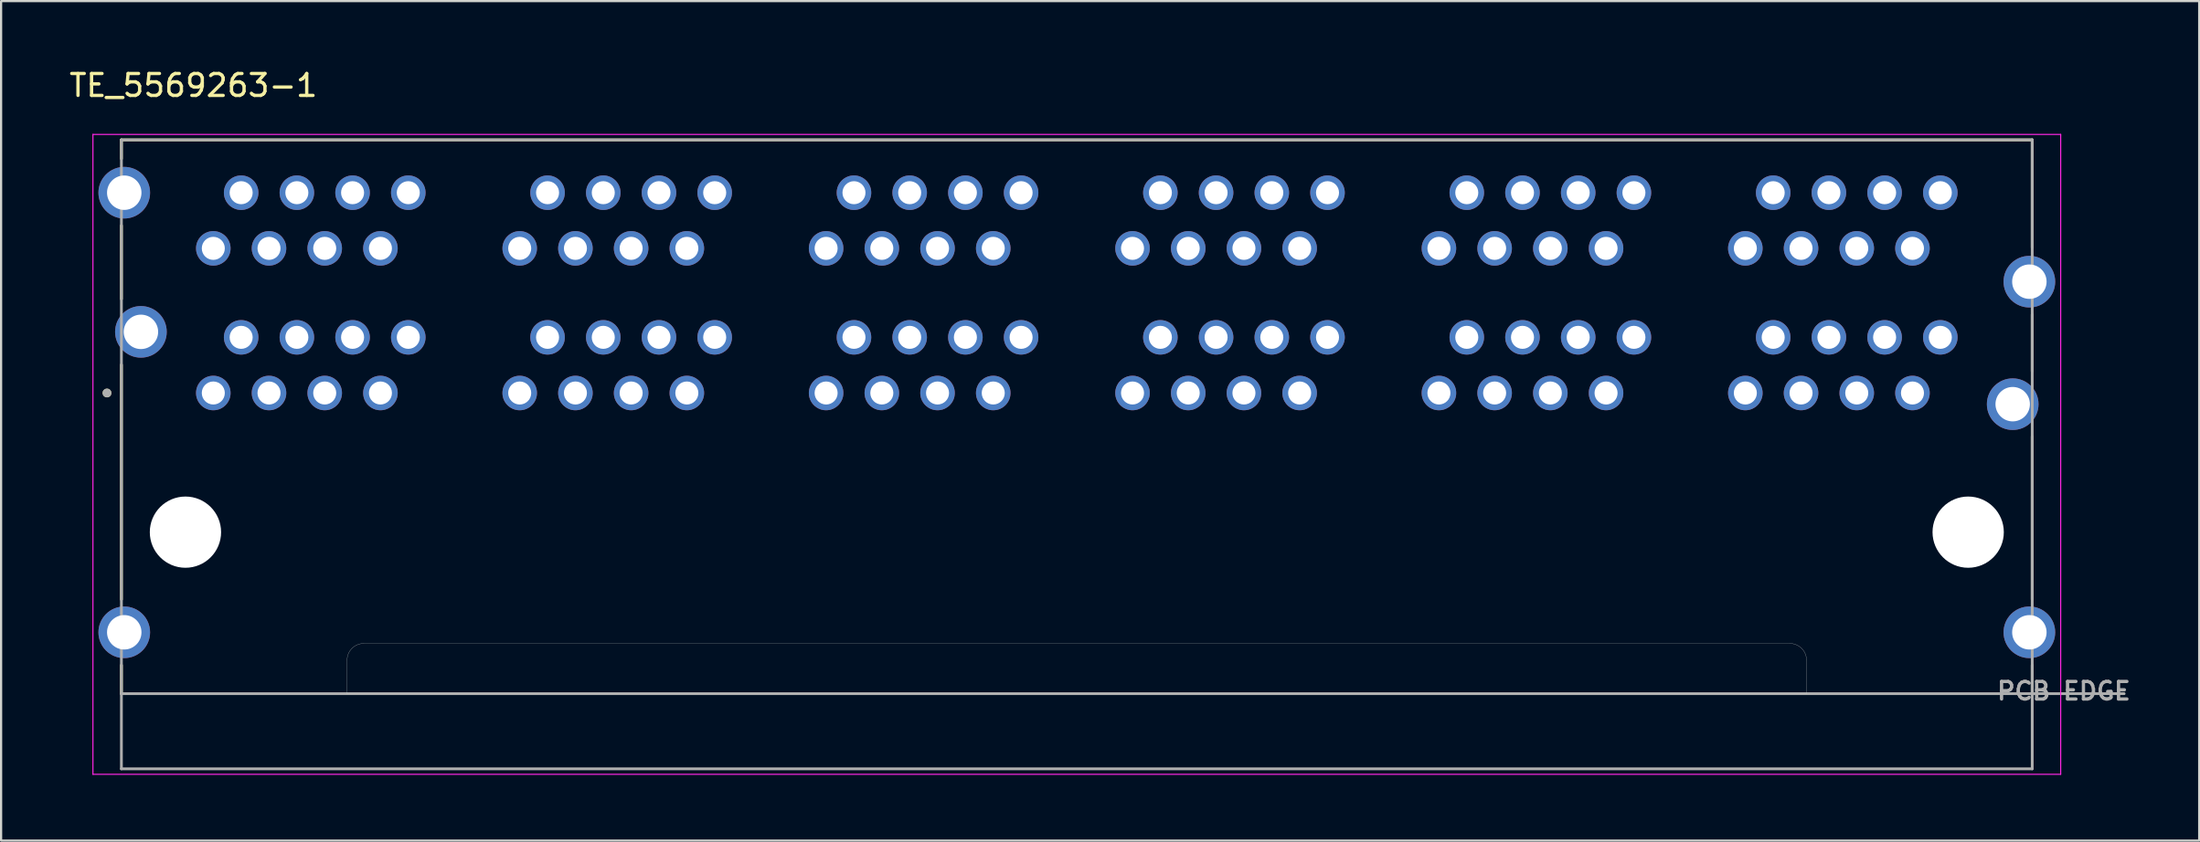
<source format=kicad_pcb>
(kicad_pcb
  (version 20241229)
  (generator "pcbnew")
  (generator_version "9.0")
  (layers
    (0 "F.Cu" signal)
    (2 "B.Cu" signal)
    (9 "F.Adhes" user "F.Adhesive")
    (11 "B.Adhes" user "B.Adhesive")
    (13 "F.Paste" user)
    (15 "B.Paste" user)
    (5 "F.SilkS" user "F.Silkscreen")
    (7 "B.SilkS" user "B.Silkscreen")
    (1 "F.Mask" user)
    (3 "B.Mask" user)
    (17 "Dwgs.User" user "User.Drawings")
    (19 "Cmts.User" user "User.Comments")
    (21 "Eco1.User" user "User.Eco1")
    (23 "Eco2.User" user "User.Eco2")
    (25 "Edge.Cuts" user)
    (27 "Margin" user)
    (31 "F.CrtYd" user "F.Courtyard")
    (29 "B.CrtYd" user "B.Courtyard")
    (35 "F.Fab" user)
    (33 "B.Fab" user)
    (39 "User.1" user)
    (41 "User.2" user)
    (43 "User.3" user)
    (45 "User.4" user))
  (footprint "TE_5569263-1"
    (layer "F.Cu")
    (at 46.045 21.233)
    (property "Reference" "TE_5569263-1" (at -40.277 -20.385 0) (layer "F.SilkS") (effects (font (size 1 1) (thickness 0.15))))
    (attr through_hole)
    (fp_line (start -43.56 -17.9) (end -43.56 -17.041) (stroke (width 0.127) (type solid)) (layer "F.SilkS"))
    (fp_line (start -43.56 -17.9) (end 43.56 -17.9) (stroke (width 0.127) (type solid)) (layer "F.SilkS"))
    (fp_line (start -43.56 -13.99) (end -43.56 -10.64) (stroke (width 0.127) (type solid)) (layer "F.SilkS"))
    (fp_line (start -43.56 -7.64) (end -43.56 3.07) (stroke (width 0.127) (type solid)) (layer "F.SilkS"))
    (fp_line (start -43.56 6.07) (end -43.56 7.37) (stroke (width 0.127) (type solid)) (layer "F.SilkS"))
    (fp_line (start 43.56 -17.9) (end 43.56 -12.981) (stroke (width 0.127) (type solid)) (layer "F.SilkS"))
    (fp_line (start 43.56 -9.93) (end 43.56 -7.34) (stroke (width 0.127) (type solid)) (layer "F.SilkS"))
    (fp_line (start 43.56 -4.37) (end 43.56 3.07) (stroke (width 0.127) (type solid)) (layer "F.SilkS"))
    (fp_line (start 43.56 6.07) (end 43.56 7.37) (stroke (width 0.127) (type solid)) (layer "F.SilkS"))
    (fp_circle (center -44.217 -6.35) (end -44.117 -6.35) (stroke (width 0.2) (type solid)) (fill no) (layer "F.SilkS"))
    (fp_line (start -33.27 7.37) (end -33.27 5.84) (stroke (width 0.01) (type solid)) (layer "Edge.Cuts"))
    (fp_line (start -32.51 5.08) (end 32.51 5.08) (stroke (width 0.01) (type solid)) (layer "Edge.Cuts"))
    (fp_line (start 33.27 5.84) (end 33.27 7.37) (stroke (width 0.01) (type solid)) (layer "Edge.Cuts"))
    (fp_line (start 33.27 7.37) (end -33.27 7.37) (stroke (width 0.01) (type solid)) (layer "Edge.Cuts"))
    (fp_arc (start -33.27 5.84) (mid -33.047401 5.302599) (end -32.51 5.08) (stroke (width 0.01) (type solid)) (layer "Edge.Cuts"))
    (fp_arc (start 32.51 5.08) (mid 33.047401 5.302599) (end 33.27 5.84) (stroke (width 0.01) (type solid)) (layer "Edge.Cuts"))
    (fp_line (start -44.858 -18.15) (end 44.858 -18.15) (stroke (width 0.05) (type solid)) (layer "F.CrtYd"))
    (fp_line (start -44.858 11.05) (end -44.858 -18.15) (stroke (width 0.05) (type solid)) (layer "F.CrtYd"))
    (fp_line (start 44.858 -18.15) (end 44.858 11.05) (stroke (width 0.05) (type solid)) (layer "F.CrtYd"))
    (fp_line (start 44.858 11.05) (end -44.858 11.05) (stroke (width 0.05) (type solid)) (layer "F.CrtYd"))
    (fp_line (start -43.56 -17.9) (end -43.56 7.37) (stroke (width 0.127) (type solid)) (layer "F.Fab"))
    (fp_line (start -43.56 -17.9) (end 43.56 -17.9) (stroke (width 0.127) (type solid)) (layer "F.Fab"))
    (fp_line (start -43.56 7.37) (end -43.56 10.8) (stroke (width 0.127) (type solid)) (layer "F.Fab"))
    (fp_line (start -43.56 7.37) (end 47.75 7.37) (stroke (width 0.127) (type solid)) (layer "F.Fab"))
    (fp_line (start -43.56 10.8) (end 43.56 10.8) (stroke (width 0.127) (type solid)) (layer "F.Fab"))
    (fp_line (start 43.56 -17.9) (end 43.56 10.8) (stroke (width 0.127) (type solid)) (layer "F.Fab"))
    (fp_circle (center -44.217 -6.35) (end -44.117 -6.35) (stroke (width 0.2) (type solid)) (fill no) (layer "F.Fab"))
    (fp_text user "PCB EDGE" (at 45 7.25 0) (layer "F.Fab") (effects (font (size 0.8 0.8) (thickness 0.15))))
    (pad "" np_thru_hole circle (at -40.64 0) (size 3.25 3.25) (drill 3.25) (layers "*.Cu" "*.Mask"))
    (pad "" np_thru_hole circle (at 40.64 0) (size 3.25 3.25) (drill 3.25) (layers "*.Cu" "*.Mask"))
    (pad "L1_1" thru_hole circle (at -39.37 -6.35) (size 1.575 1.575) (drill 1.05) (layers "*.Cu" "*.Mask"))
    (pad "L1_2" thru_hole circle (at -38.1 -8.89) (size 1.575 1.575) (drill 1.05) (layers "*.Cu" "*.Mask"))
    (pad "L1_3" thru_hole circle (at -36.83 -6.35) (size 1.575 1.575) (drill 1.05) (layers "*.Cu" "*.Mask"))
    (pad "L1_4" thru_hole circle (at -35.56 -8.89) (size 1.575 1.575) (drill 1.05) (layers "*.Cu" "*.Mask"))
    (pad "L1_5" thru_hole circle (at -34.29 -6.35) (size 1.575 1.575) (drill 1.05) (layers "*.Cu" "*.Mask"))
    (pad "L1_6" thru_hole circle (at -33.02 -8.89) (size 1.575 1.575) (drill 1.05) (layers "*.Cu" "*.Mask"))
    (pad "L1_7" thru_hole circle (at -31.75 -6.35) (size 1.575 1.575) (drill 1.05) (layers "*.Cu" "*.Mask"))
    (pad "L1_8" thru_hole circle (at -30.48 -8.89) (size 1.575 1.575) (drill 1.05) (layers "*.Cu" "*.Mask"))
    (pad "L2_1" thru_hole circle (at -25.4 -6.35) (size 1.575 1.575) (drill 1.05) (layers "*.Cu" "*.Mask"))
    (pad "L2_2" thru_hole circle (at -24.13 -8.89) (size 1.575 1.575) (drill 1.05) (layers "*.Cu" "*.Mask"))
    (pad "L2_3" thru_hole circle (at -22.86 -6.35) (size 1.575 1.575) (drill 1.05) (layers "*.Cu" "*.Mask"))
    (pad "L2_4" thru_hole circle (at -21.59 -8.89) (size 1.575 1.575) (drill 1.05) (layers "*.Cu" "*.Mask"))
    (pad "L2_5" thru_hole circle (at -20.32 -6.35) (size 1.575 1.575) (drill 1.05) (layers "*.Cu" "*.Mask"))
    (pad "L2_6" thru_hole circle (at -19.05 -8.89) (size 1.575 1.575) (drill 1.05) (layers "*.Cu" "*.Mask"))
    (pad "L2_7" thru_hole circle (at -17.78 -6.35) (size 1.575 1.575) (drill 1.05) (layers "*.Cu" "*.Mask"))
    (pad "L2_8" thru_hole circle (at -16.51 -8.89) (size 1.575 1.575) (drill 1.05) (layers "*.Cu" "*.Mask"))
    (pad "L3_1" thru_hole circle (at -11.43 -6.35) (size 1.575 1.575) (drill 1.05) (layers "*.Cu" "*.Mask"))
    (pad "L3_2" thru_hole circle (at -10.16 -8.89) (size 1.575 1.575) (drill 1.05) (layers "*.Cu" "*.Mask"))
    (pad "L3_3" thru_hole circle (at -8.89 -6.35) (size 1.575 1.575) (drill 1.05) (layers "*.Cu" "*.Mask"))
    (pad "L3_4" thru_hole circle (at -7.62 -8.89) (size 1.575 1.575) (drill 1.05) (layers "*.Cu" "*.Mask"))
    (pad "L3_5" thru_hole circle (at -6.35 -6.35) (size 1.575 1.575) (drill 1.05) (layers "*.Cu" "*.Mask"))
    (pad "L3_6" thru_hole circle (at -5.08 -8.89) (size 1.575 1.575) (drill 1.05) (layers "*.Cu" "*.Mask"))
    (pad "L3_7" thru_hole circle (at -3.81 -6.35) (size 1.575 1.575) (drill 1.05) (layers "*.Cu" "*.Mask"))
    (pad "L3_8" thru_hole circle (at -2.54 -8.89) (size 1.575 1.575) (drill 1.05) (layers "*.Cu" "*.Mask"))
    (pad "L4_1" thru_hole circle (at 2.54 -6.35) (size 1.575 1.575) (drill 1.05) (layers "*.Cu" "*.Mask"))
    (pad "L4_2" thru_hole circle (at 3.81 -8.89) (size 1.575 1.575) (drill 1.05) (layers "*.Cu" "*.Mask"))
    (pad "L4_3" thru_hole circle (at 5.08 -6.35) (size 1.575 1.575) (drill 1.05) (layers "*.Cu" "*.Mask"))
    (pad "L4_4" thru_hole circle (at 6.35 -8.89) (size 1.575 1.575) (drill 1.05) (layers "*.Cu" "*.Mask"))
    (pad "L4_5" thru_hole circle (at 7.62 -6.35) (size 1.575 1.575) (drill 1.05) (layers "*.Cu" "*.Mask"))
    (pad "L4_6" thru_hole circle (at 8.89 -8.89) (size 1.575 1.575) (drill 1.05) (layers "*.Cu" "*.Mask"))
    (pad "L4_7" thru_hole circle (at 10.16 -6.35) (size 1.575 1.575) (drill 1.05) (layers "*.Cu" "*.Mask"))
    (pad "L4_8" thru_hole circle (at 11.43 -8.89) (size 1.575 1.575) (drill 1.05) (layers "*.Cu" "*.Mask"))
    (pad "L5_1" thru_hole circle (at 16.51 -6.35) (size 1.575 1.575) (drill 1.05) (layers "*.Cu" "*.Mask"))
    (pad "L5_2" thru_hole circle (at 17.78 -8.89) (size 1.575 1.575) (drill 1.05) (layers "*.Cu" "*.Mask"))
    (pad "L5_3" thru_hole circle (at 19.05 -6.35) (size 1.575 1.575) (drill 1.05) (layers "*.Cu" "*.Mask"))
    (pad "L5_4" thru_hole circle (at 20.32 -8.89) (size 1.575 1.575) (drill 1.05) (layers "*.Cu" "*.Mask"))
    (pad "L5_5" thru_hole circle (at 21.59 -6.35) (size 1.575 1.575) (drill 1.05) (layers "*.Cu" "*.Mask"))
    (pad "L5_6" thru_hole circle (at 22.86 -8.89) (size 1.575 1.575) (drill 1.05) (layers "*.Cu" "*.Mask"))
    (pad "L5_7" thru_hole circle (at 24.13 -6.35) (size 1.575 1.575) (drill 1.05) (layers "*.Cu" "*.Mask"))
    (pad "L5_8" thru_hole circle (at 25.4 -8.89) (size 1.575 1.575) (drill 1.05) (layers "*.Cu" "*.Mask"))
    (pad "L6_1" thru_hole circle (at 30.48 -6.35) (size 1.575 1.575) (drill 1.05) (layers "*.Cu" "*.Mask"))
    (pad "L6_2" thru_hole circle (at 31.75 -8.89) (size 1.575 1.575) (drill 1.05) (layers "*.Cu" "*.Mask"))
    (pad "L6_3" thru_hole circle (at 33.02 -6.35) (size 1.575 1.575) (drill 1.05) (layers "*.Cu" "*.Mask"))
    (pad "L6_4" thru_hole circle (at 34.29 -8.89) (size 1.575 1.575) (drill 1.05) (layers "*.Cu" "*.Mask"))
    (pad "L6_5" thru_hole circle (at 35.56 -6.35) (size 1.575 1.575) (drill 1.05) (layers "*.Cu" "*.Mask"))
    (pad "L6_6" thru_hole circle (at 36.83 -8.89) (size 1.575 1.575) (drill 1.05) (layers "*.Cu" "*.Mask"))
    (pad "L6_7" thru_hole circle (at 38.1 -6.35) (size 1.575 1.575) (drill 1.05) (layers "*.Cu" "*.Mask"))
    (pad "L6_8" thru_hole circle (at 39.37 -8.89) (size 1.575 1.575) (drill 1.05) (layers "*.Cu" "*.Mask"))
    (pad "SH1" thru_hole circle (at -43.43 4.57) (size 2.355 2.355) (drill 1.57) (layers "*.Cu" "*.Mask"))
    (pad "SH2" thru_hole circle (at 43.43 4.57) (size 2.355 2.355) (drill 1.57) (layers "*.Cu" "*.Mask"))
    (pad "SH3" thru_hole circle (at -42.67 -9.14) (size 2.355 2.355) (drill 1.57) (layers "*.Cu" "*.Mask"))
    (pad "SH4" thru_hole circle (at 42.67 -5.84) (size 2.355 2.355) (drill 1.57) (layers "*.Cu" "*.Mask"))
    (pad "SH5" thru_hole circle (at -43.43 -15.49) (size 2.355 2.355) (drill 1.57) (layers "*.Cu" "*.Mask"))
    (pad "SH6" thru_hole circle (at 43.43 -11.43) (size 2.355 2.355) (drill 1.57) (layers "*.Cu" "*.Mask"))
    (pad "U1_1" thru_hole circle (at -30.48 -15.49) (size 1.575 1.575) (drill 1.05) (layers "*.Cu" "*.Mask"))
    (pad "U1_2" thru_hole circle (at -31.75 -12.95) (size 1.575 1.575) (drill 1.05) (layers "*.Cu" "*.Mask"))
    (pad "U1_3" thru_hole circle (at -33.02 -15.49) (size 1.575 1.575) (drill 1.05) (layers "*.Cu" "*.Mask"))
    (pad "U1_4" thru_hole circle (at -34.29 -12.95) (size 1.575 1.575) (drill 1.05) (layers "*.Cu" "*.Mask"))
    (pad "U1_5" thru_hole circle (at -35.56 -15.49) (size 1.575 1.575) (drill 1.05) (layers "*.Cu" "*.Mask"))
    (pad "U1_6" thru_hole circle (at -36.83 -12.95) (size 1.575 1.575) (drill 1.05) (layers "*.Cu" "*.Mask"))
    (pad "U1_7" thru_hole circle (at -38.1 -15.49) (size 1.575 1.575) (drill 1.05) (layers "*.Cu" "*.Mask"))
    (pad "U1_8" thru_hole circle (at -39.37 -12.95) (size 1.575 1.575) (drill 1.05) (layers "*.Cu" "*.Mask"))
    (pad "U2_1" thru_hole circle (at -16.51 -15.49) (size 1.575 1.575) (drill 1.05) (layers "*.Cu" "*.Mask"))
    (pad "U2_2" thru_hole circle (at -17.78 -12.95) (size 1.575 1.575) (drill 1.05) (layers "*.Cu" "*.Mask"))
    (pad "U2_3" thru_hole circle (at -19.05 -15.49) (size 1.575 1.575) (drill 1.05) (layers "*.Cu" "*.Mask"))
    (pad "U2_4" thru_hole circle (at -20.32 -12.95) (size 1.575 1.575) (drill 1.05) (layers "*.Cu" "*.Mask"))
    (pad "U2_5" thru_hole circle (at -21.59 -15.49) (size 1.575 1.575) (drill 1.05) (layers "*.Cu" "*.Mask"))
    (pad "U2_6" thru_hole circle (at -22.86 -12.95) (size 1.575 1.575) (drill 1.05) (layers "*.Cu" "*.Mask"))
    (pad "U2_7" thru_hole circle (at -24.13 -15.49) (size 1.575 1.575) (drill 1.05) (layers "*.Cu" "*.Mask"))
    (pad "U2_8" thru_hole circle (at -25.4 -12.95) (size 1.575 1.575) (drill 1.05) (layers "*.Cu" "*.Mask"))
    (pad "U3_1" thru_hole circle (at -2.54 -15.49) (size 1.575 1.575) (drill 1.05) (layers "*.Cu" "*.Mask"))
    (pad "U3_2" thru_hole circle (at -3.81 -12.95) (size 1.575 1.575) (drill 1.05) (layers "*.Cu" "*.Mask"))
    (pad "U3_3" thru_hole circle (at -5.08 -15.49) (size 1.575 1.575) (drill 1.05) (layers "*.Cu" "*.Mask"))
    (pad "U3_4" thru_hole circle (at -6.35 -12.95) (size 1.575 1.575) (drill 1.05) (layers "*.Cu" "*.Mask"))
    (pad "U3_5" thru_hole circle (at -7.62 -15.49) (size 1.575 1.575) (drill 1.05) (layers "*.Cu" "*.Mask"))
    (pad "U3_6" thru_hole circle (at -8.89 -12.95) (size 1.575 1.575) (drill 1.05) (layers "*.Cu" "*.Mask"))
    (pad "U3_7" thru_hole circle (at -10.16 -15.49) (size 1.575 1.575) (drill 1.05) (layers "*.Cu" "*.Mask"))
    (pad "U3_8" thru_hole circle (at -11.43 -12.95) (size 1.575 1.575) (drill 1.05) (layers "*.Cu" "*.Mask"))
    (pad "U4_1" thru_hole circle (at 11.43 -15.49) (size 1.575 1.575) (drill 1.05) (layers "*.Cu" "*.Mask"))
    (pad "U4_2" thru_hole circle (at 10.16 -12.95) (size 1.575 1.575) (drill 1.05) (layers "*.Cu" "*.Mask"))
    (pad "U4_3" thru_hole circle (at 8.89 -15.49) (size 1.575 1.575) (drill 1.05) (layers "*.Cu" "*.Mask"))
    (pad "U4_4" thru_hole circle (at 7.62 -12.95) (size 1.575 1.575) (drill 1.05) (layers "*.Cu" "*.Mask"))
    (pad "U4_5" thru_hole circle (at 6.35 -15.49) (size 1.575 1.575) (drill 1.05) (layers "*.Cu" "*.Mask"))
    (pad "U4_6" thru_hole circle (at 5.08 -12.95) (size 1.575 1.575) (drill 1.05) (layers "*.Cu" "*.Mask"))
    (pad "U4_7" thru_hole circle (at 3.81 -15.49) (size 1.575 1.575) (drill 1.05) (layers "*.Cu" "*.Mask"))
    (pad "U4_8" thru_hole circle (at 2.54 -12.95) (size 1.575 1.575) (drill 1.05) (layers "*.Cu" "*.Mask"))
    (pad "U5_1" thru_hole circle (at 25.4 -15.49) (size 1.575 1.575) (drill 1.05) (layers "*.Cu" "*.Mask"))
    (pad "U5_2" thru_hole circle (at 24.13 -12.95) (size 1.575 1.575) (drill 1.05) (layers "*.Cu" "*.Mask"))
    (pad "U5_3" thru_hole circle (at 22.86 -15.49) (size 1.575 1.575) (drill 1.05) (layers "*.Cu" "*.Mask"))
    (pad "U5_4" thru_hole circle (at 21.59 -12.95) (size 1.575 1.575) (drill 1.05) (layers "*.Cu" "*.Mask"))
    (pad "U5_5" thru_hole circle (at 20.32 -15.49) (size 1.575 1.575) (drill 1.05) (layers "*.Cu" "*.Mask"))
    (pad "U5_6" thru_hole circle (at 19.05 -12.95) (size 1.575 1.575) (drill 1.05) (layers "*.Cu" "*.Mask"))
    (pad "U5_7" thru_hole circle (at 17.78 -15.49) (size 1.575 1.575) (drill 1.05) (layers "*.Cu" "*.Mask"))
    (pad "U5_8" thru_hole circle (at 16.51 -12.95) (size 1.575 1.575) (drill 1.05) (layers "*.Cu" "*.Mask"))
    (pad "U6_1" thru_hole circle (at 39.37 -15.49) (size 1.575 1.575) (drill 1.05) (layers "*.Cu" "*.Mask"))
    (pad "U6_2" thru_hole circle (at 38.1 -12.95) (size 1.575 1.575) (drill 1.05) (layers "*.Cu" "*.Mask"))
    (pad "U6_3" thru_hole circle (at 36.83 -15.49) (size 1.575 1.575) (drill 1.05) (layers "*.Cu" "*.Mask"))
    (pad "U6_4" thru_hole circle (at 35.56 -12.95) (size 1.575 1.575) (drill 1.05) (layers "*.Cu" "*.Mask"))
    (pad "U6_5" thru_hole circle (at 34.29 -15.49) (size 1.575 1.575) (drill 1.05) (layers "*.Cu" "*.Mask"))
    (pad "U6_6" thru_hole circle (at 33.02 -12.95) (size 1.575 1.575) (drill 1.05) (layers "*.Cu" "*.Mask"))
    (pad "U6_7" thru_hole circle (at 31.75 -15.49) (size 1.575 1.575) (drill 1.05) (layers "*.Cu" "*.Mask"))
    (pad "U6_8" thru_hole circle (at 30.48 -12.95) (size 1.575 1.575) (drill 1.05) (layers "*.Cu" "*.Mask")))
  (gr_rect
    (start -3 -3)
    (end 97.218 35.308)
    (stroke (width 0.1) (type default))
    (fill no)
    (layer "Edge.Cuts")))
</source>
